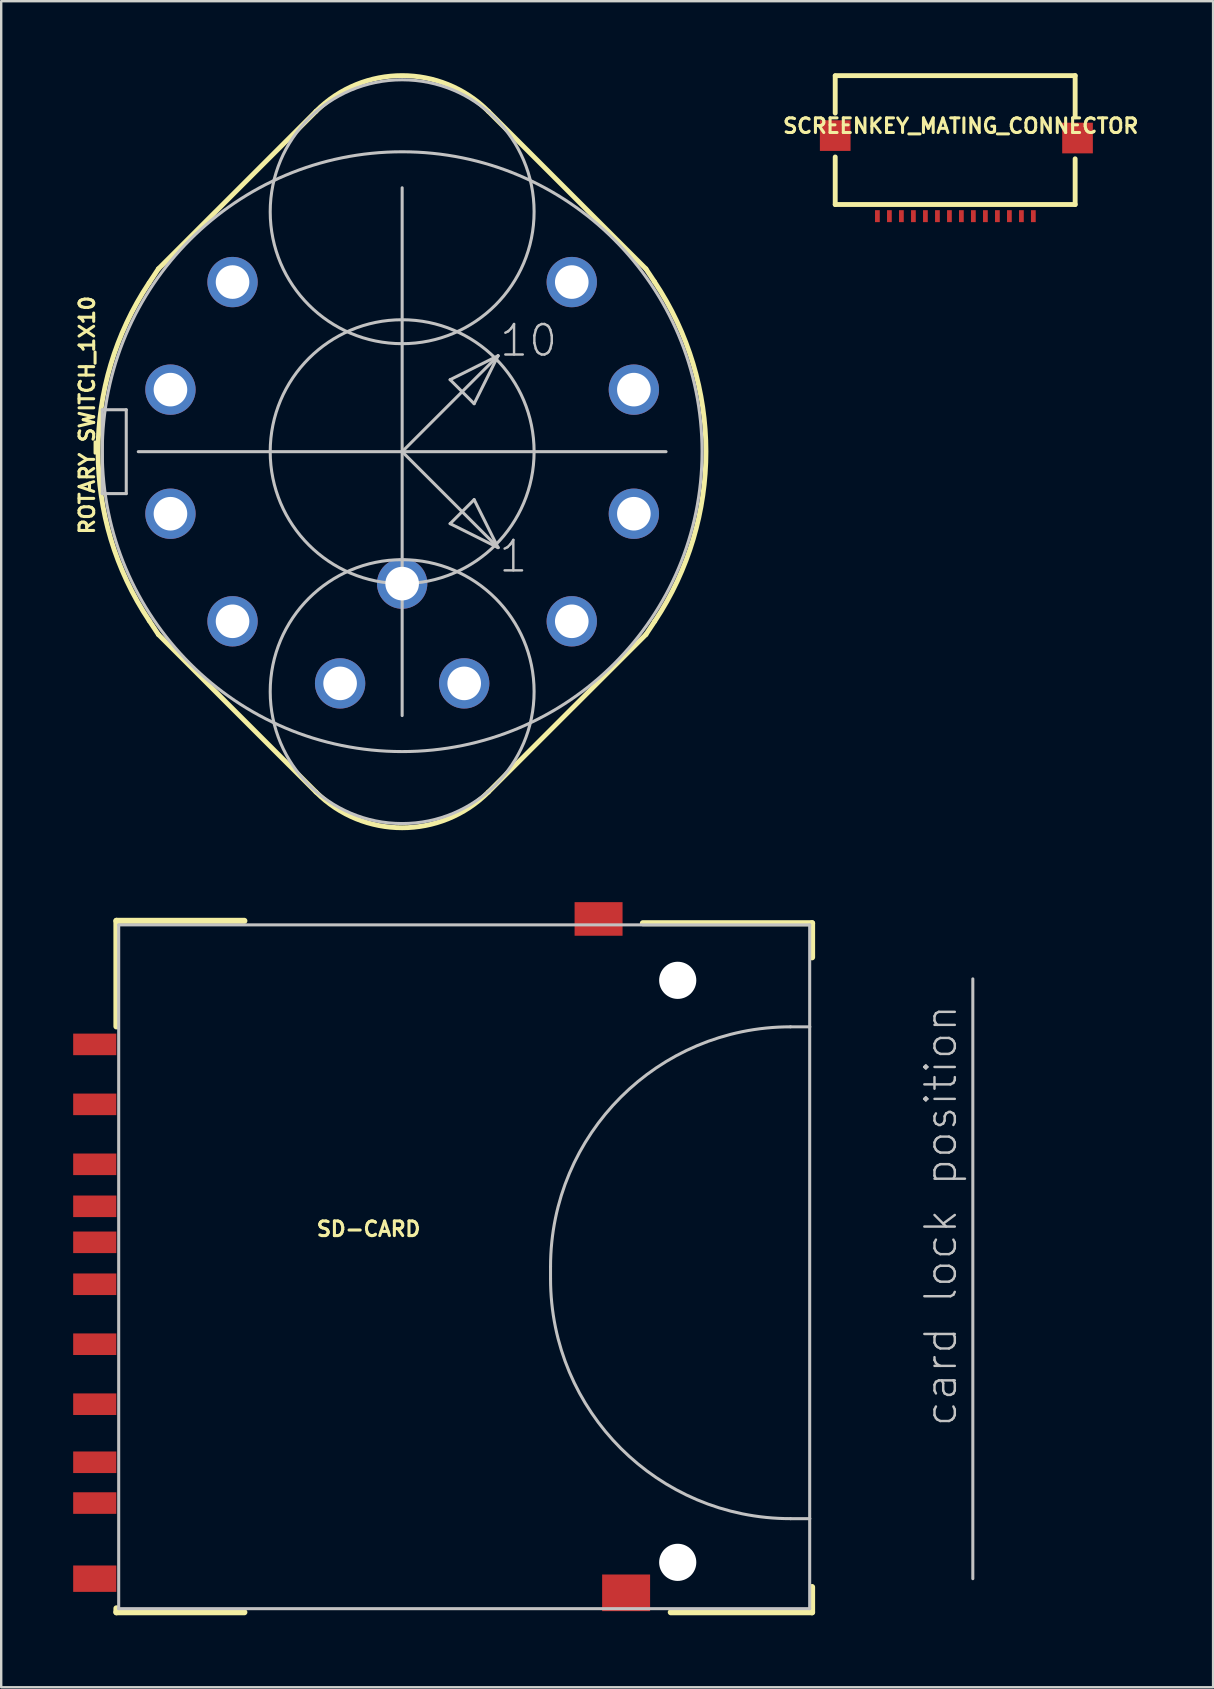
<source format=kicad_pcb>
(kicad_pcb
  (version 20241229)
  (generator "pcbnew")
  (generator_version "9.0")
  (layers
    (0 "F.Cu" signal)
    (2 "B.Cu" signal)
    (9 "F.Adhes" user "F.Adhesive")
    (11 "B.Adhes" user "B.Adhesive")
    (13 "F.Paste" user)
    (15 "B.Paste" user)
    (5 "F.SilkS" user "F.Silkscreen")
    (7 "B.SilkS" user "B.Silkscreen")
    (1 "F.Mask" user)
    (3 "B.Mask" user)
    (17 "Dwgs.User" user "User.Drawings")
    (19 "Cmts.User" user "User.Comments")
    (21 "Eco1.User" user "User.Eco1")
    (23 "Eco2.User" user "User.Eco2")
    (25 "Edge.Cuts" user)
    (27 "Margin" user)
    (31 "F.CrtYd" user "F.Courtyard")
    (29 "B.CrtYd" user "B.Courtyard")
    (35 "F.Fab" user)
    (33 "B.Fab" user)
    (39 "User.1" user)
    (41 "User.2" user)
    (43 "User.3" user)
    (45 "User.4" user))
  (footprint "SCREENKEY_MATING_CONNECTOR"
    (layer "F.Cu")
    (at 31.76 5.601)
    (property "Reference" "SCREENKEY_MATING_CONNECTOR" (at 5.232 -3.404 0) (layer "F.SilkS") (effects (font (size 0.61 0.61) (thickness 0.127))))
    (attr smd)
    (fp_line (start 0 -5.486) (end 0 -3.937) (stroke (width 0.203) (type solid)) (layer "F.SilkS"))
    (fp_line (start 0 -2.108) (end 0 -0.127) (stroke (width 0.203) (type solid)) (layer "F.SilkS"))
    (fp_line (start 0 -0.127) (end 10 -0.127) (stroke (width 0.203) (type solid)) (layer "F.SilkS"))
    (fp_line (start 10 -5.499) (end 0 -5.499) (stroke (width 0.203) (type solid)) (layer "F.SilkS"))
    (fp_line (start 10 -3.785) (end 10 -5.499) (stroke (width 0.203) (type solid)) (layer "F.SilkS"))
    (fp_line (start 10 -0.127) (end 10 -2.032) (stroke (width 0.203) (type solid)) (layer "F.SilkS"))
    (pad "1" smd rect (at 1.758 0.358 180) (size 0.198 0.498) (layers "F.Cu" "F.Mask" "F.Paste"))
    (pad "2" smd rect (at 2.258 0.358 180) (size 0.198 0.498) (layers "F.Cu" "F.Mask" "F.Paste"))
    (pad "3" smd rect (at 2.758 0.358 180) (size 0.198 0.498) (layers "F.Cu" "F.Mask" "F.Paste"))
    (pad "4" smd rect (at 3.259 0.358 180) (size 0.198 0.498) (layers "F.Cu" "F.Mask" "F.Paste"))
    (pad "5" smd rect (at 3.759 0.358 180) (size 0.198 0.498) (layers "F.Cu" "F.Mask" "F.Paste"))
    (pad "6" smd rect (at 4.26 0.358 180) (size 0.198 0.498) (layers "F.Cu" "F.Mask" "F.Paste"))
    (pad "7" smd rect (at 4.76 0.358 180) (size 0.198 0.498) (layers "F.Cu" "F.Mask" "F.Paste"))
    (pad "8" smd rect (at 5.258 0.358 180) (size 0.198 0.498) (layers "F.Cu" "F.Mask" "F.Paste"))
    (pad "9" smd rect (at 5.758 0.358 180) (size 0.198 0.498) (layers "F.Cu" "F.Mask" "F.Paste"))
    (pad "10" smd rect (at 6.259 0.358 180) (size 0.198 0.498) (layers "F.Cu" "F.Mask" "F.Paste"))
    (pad "11" smd rect (at 6.759 0.358 180) (size 0.198 0.498) (layers "F.Cu" "F.Mask" "F.Paste"))
    (pad "12" smd rect (at 7.259 0.358 180) (size 0.198 0.498) (layers "F.Cu" "F.Mask" "F.Paste"))
    (pad "13" smd rect (at 7.76 0.358 180) (size 0.198 0.498) (layers "F.Cu" "F.Mask" "F.Paste"))
    (pad "14" smd rect (at 8.258 0.358 180) (size 0.198 0.498) (layers "F.Cu" "F.Mask" "F.Paste"))
    (pad "P$15" smd rect (at 0 -3) (size 1.278 1.278) (layers "F.Cu" "F.Mask" "F.Paste"))
    (pad "P$16" smd rect (at 10.099 -2.898) (size 1.278 1.278) (layers "F.Cu" "F.Mask" "F.Paste")))
  (footprint "ROTARY_SWITCH_1X10"
    (layer "F.Cu")
    (at 13.711 15.775)
    (property "Reference" "ROTARY_SWITCH_1X10" (at -13.132 -1.524 90) (layer "F.SilkS") (effects (font (size 0.61 0.61) (thickness 0.127))))
    (attr exclude_from_pos_files exclude_from_bom)
    (fp_line (start -10.541 7.043) (end -10.16 7.62) (stroke (width 0.203) (type solid)) (layer "F.SilkS"))
    (fp_line (start -10.16 -7.62) (end -10.541 -7.043) (stroke (width 0.203) (type solid)) (layer "F.SilkS"))
    (fp_line (start -10.16 -7.62) (end -3.592 -14.186) (stroke (width 0.203) (type solid)) (layer "F.SilkS"))
    (fp_line (start -3.592 14.186) (end -10.16 7.62) (stroke (width 0.203) (type solid)) (layer "F.SilkS"))
    (fp_line (start 3.592 -14.186) (end 10.16 -7.62) (stroke (width 0.203) (type solid)) (layer "F.SilkS"))
    (fp_line (start 10.16 -7.62) (end 10.518 -7.079) (stroke (width 0.203) (type solid)) (layer "F.SilkS"))
    (fp_line (start 10.16 7.62) (end 3.592 14.186) (stroke (width 0.203) (type solid)) (layer "F.SilkS"))
    (fp_line (start 10.518 7.079) (end 10.16 7.62) (stroke (width 0.203) (type solid)) (layer "F.SilkS"))
    (fp_arc (start -10.541 7.04342) (mid -12.673786 0.009583) (end -10.551621 -7.027465) (stroke (width 0.2032) (type solid)) (layer "F.SilkS"))
    (fp_arc (start -3.59156 -14.1859) (mid 0 -15.673573) (end 3.59156 -14.1859) (stroke (width 0.2032) (type solid)) (layer "F.SilkS"))
    (fp_arc (start 3.59156 14.1859) (mid 0 15.673573) (end -3.59156 14.1859) (stroke (width 0.2032) (type solid)) (layer "F.SilkS"))
    (fp_arc (start 10.51814 -7.07898) (mid 12.661692 -0.009628) (end 10.52881 7.06295) (stroke (width 0.2032) (type solid)) (layer "F.SilkS"))
    (fp_line (start -12.499 -1.748) (end -11.499 -1.748) (stroke (width 0.127) (type solid)) (layer "Dwgs.User"))
    (fp_line (start -12.499 1.748) (end -12.499 -1.748) (stroke (width 0.127) (type solid)) (layer "Dwgs.User"))
    (fp_line (start -11.499 -1.748) (end -11.499 1.748) (stroke (width 0.127) (type solid)) (layer "Dwgs.User"))
    (fp_line (start -11.499 1.748) (end -12.499 1.748) (stroke (width 0.127) (type solid)) (layer "Dwgs.User"))
    (fp_line (start -10.998 0) (end 0 0) (stroke (width 0.127) (type solid)) (layer "Dwgs.User"))
    (fp_line (start 0 -10.998) (end 0 0) (stroke (width 0.127) (type solid)) (layer "Dwgs.User"))
    (fp_line (start 0 0) (end 0 10.998) (stroke (width 0.127) (type solid)) (layer "Dwgs.User"))
    (fp_line (start 0 0) (end 3.998 -3.998) (stroke (width 0.127) (type solid)) (layer "Dwgs.User"))
    (fp_line (start 0 0) (end 3.998 3.998) (stroke (width 0.127) (type solid)) (layer "Dwgs.User"))
    (fp_line (start 0 0) (end 10.998 0) (stroke (width 0.127) (type solid)) (layer "Dwgs.User"))
    (fp_line (start 1.999 -3) (end 3 -1.999) (stroke (width 0.127) (type solid)) (layer "Dwgs.User"))
    (fp_line (start 1.999 3) (end 3.998 3.998) (stroke (width 0.127) (type solid)) (layer "Dwgs.User"))
    (fp_line (start 3 -1.999) (end 3.998 -3.998) (stroke (width 0.127) (type solid)) (layer "Dwgs.User"))
    (fp_line (start 3 1.999) (end 1.999 3) (stroke (width 0.127) (type solid)) (layer "Dwgs.User"))
    (fp_line (start 3.998 -3.998) (end 1.999 -3) (stroke (width 0.127) (type solid)) (layer "Dwgs.User"))
    (fp_line (start 3.998 3.998) (end 3 1.999) (stroke (width 0.127) (type solid)) (layer "Dwgs.User"))
    (fp_circle (center 0 -10) (end 0 -15.499) (stroke (width 0.127) (type solid)) (fill no) (layer "Dwgs.User"))
    (fp_circle (center 0 0) (end 0 -12.499) (stroke (width 0.127) (type solid)) (fill no) (layer "Dwgs.User"))
    (fp_circle (center 0 0) (end 0 -5.499) (stroke (width 0.127) (type solid)) (fill no) (layer "Dwgs.User"))
    (fp_circle (center 0 10) (end 0 4.501) (stroke (width 0.127) (type solid)) (fill no) (layer "Dwgs.User"))
    (fp_text user "10" (at 5.268 -4.633 0) (layer "Dwgs.User") (effects (font (size 1.27 1.27) (thickness 0.102))))
    (fp_text user "1" (at 4.633 4.364 0) (layer "Dwgs.User") (effects (font (size 1.27 1.27) (thickness 0.102))))
    (pad "1" thru_hole circle (at 7.069 -7.069) (size 2.098 2.098) (drill 1.4) (layers "*.Cu" "*.Paste" "*.Mask"))
    (pad "2" thru_hole circle (at 9.657 -2.586) (size 2.098 2.098) (drill 1.4) (layers "*.Cu" "*.Paste" "*.Mask"))
    (pad "3" thru_hole circle (at 9.657 2.586) (size 2.098 2.098) (drill 1.4) (layers "*.Cu" "*.Paste" "*.Mask"))
    (pad "4" thru_hole circle (at 7.069 7.069) (size 2.098 2.098) (drill 1.4) (layers "*.Cu" "*.Paste" "*.Mask"))
    (pad "5" thru_hole circle (at 2.586 9.657) (size 2.098 2.098) (drill 1.4) (layers "*.Cu" "*.Paste" "*.Mask"))
    (pad "6" thru_hole circle (at -2.586 9.657) (size 2.098 2.098) (drill 1.4) (layers "*.Cu" "*.Paste" "*.Mask"))
    (pad "7" thru_hole circle (at -7.069 7.069) (size 2.098 2.098) (drill 1.4) (layers "*.Cu" "*.Paste" "*.Mask"))
    (pad "8" thru_hole circle (at -9.657 2.586) (size 2.098 2.098) (drill 1.4) (layers "*.Cu" "*.Paste" "*.Mask"))
    (pad "9" thru_hole circle (at -9.657 -2.586) (size 2.098 2.098) (drill 1.4) (layers "*.Cu" "*.Paste" "*.Mask"))
    (pad "10" thru_hole circle (at -7.069 -7.069) (size 2.098 2.098) (drill 1.4) (layers "*.Cu" "*.Paste" "*.Mask"))
    (pad "COMM" thru_hole circle (at 0 5.499) (size 2.098 2.098) (drill 1.4) (layers "*.Cu" "*.Paste" "*.Mask")))
  (footprint "SD-CARD"
    (layer "F.Cu")
    (at 1.897 49.746)
    (property "Reference" "SD-CARD" (at 10.414 -1.575 0) (layer "F.SilkS") (effects (font (size 0.61 0.61) (thickness 0.127))))
    (attr smd)
    (fp_line (start -0.094 -14.417) (end 5.237 -14.417) (stroke (width 0.254) (type solid)) (layer "F.SilkS"))
    (fp_line (start -0.094 -10.018) (end -0.094 -14.417) (stroke (width 0.254) (type solid)) (layer "F.SilkS"))
    (fp_line (start -0.094 14.237) (end -0.094 14.399) (stroke (width 0.254) (type solid)) (layer "F.SilkS"))
    (fp_line (start -0.094 14.399) (end 5.237 14.399) (stroke (width 0.254) (type solid)) (layer "F.SilkS"))
    (fp_line (start 21.847 -14.318) (end 28.898 -14.318) (stroke (width 0.254) (type solid)) (layer "F.SilkS"))
    (fp_line (start 23.01 14.399) (end 28.898 14.399) (stroke (width 0.254) (type solid)) (layer "F.SilkS"))
    (fp_line (start 28.898 -14.318) (end 28.898 -12.898) (stroke (width 0.254) (type solid)) (layer "F.SilkS"))
    (fp_line (start 28.898 14.399) (end 28.898 13.348) (stroke (width 0.254) (type solid)) (layer "F.SilkS"))
    (fp_line (start 0 -14.249) (end 28.799 -14.249) (stroke (width 0.127) (type solid)) (layer "Dwgs.User"))
    (fp_line (start 0 14.249) (end 0 -14.249) (stroke (width 0.127) (type solid)) (layer "Dwgs.User"))
    (fp_line (start 17.998 0) (end 17.998 0.498) (stroke (width 0.127) (type solid)) (layer "Dwgs.User"))
    (fp_line (start 27.998 10.498) (end 28.799 10.498) (stroke (width 0.127) (type solid)) (layer "Dwgs.User"))
    (fp_line (start 28.799 -14.249) (end 28.799 -10) (stroke (width 0.127) (type solid)) (layer "Dwgs.User"))
    (fp_line (start 28.799 -10) (end 27.998 -10) (stroke (width 0.127) (type solid)) (layer "Dwgs.User"))
    (fp_line (start 28.799 -10) (end 28.799 10.498) (stroke (width 0.127) (type solid)) (layer "Dwgs.User"))
    (fp_line (start 28.799 10.498) (end 28.799 14.249) (stroke (width 0.127) (type solid)) (layer "Dwgs.User"))
    (fp_line (start 28.799 14.249) (end 0 14.249) (stroke (width 0.127) (type solid)) (layer "Dwgs.User"))
    (fp_line (start 35.598 -11.999) (end 35.598 13) (stroke (width 0.127) (type solid)) (layer "Dwgs.User"))
    (fp_arc (start 17.99844 0) (mid 20.927366 -7.071054) (end 27.99842 -9.99998) (stroke (width 0.127) (type solid)) (layer "Dwgs.User"))
    (fp_arc (start 27.99842 10.49782) (mid 20.927366 7.568894) (end 17.99844 0.49784) (stroke (width 0.127) (type solid)) (layer "Dwgs.User"))
    (fp_text user "card lock position" (at 34.265 -2.129 90) (layer "Dwgs.User") (effects (font (size 1.27 1.27) (thickness 0.102))))
    (pad "" np_thru_hole circle (at 23.299 -11.938) (size 1.549 1.549) (drill 1.549) (layers "*.Cu" "*.Mask"))
    (pad "" np_thru_hole circle (at 23.299 12.319) (size 1.549 1.549) (drill 1.549) (layers "*.Cu" "*.Mask"))
    (pad "1" smd rect (at -0.998 -6.769) (size 1.798 0.899) (layers "F.Cu" "F.Mask" "F.Paste"))
    (pad "2" smd rect (at -0.998 -4.27) (size 1.798 0.899) (layers "F.Cu" "F.Mask" "F.Paste"))
    (pad "3" smd rect (at -0.998 -2.52) (size 1.798 0.899) (layers "F.Cu" "F.Mask" "F.Paste"))
    (pad "4" smd rect (at -0.998 0.729) (size 1.798 0.899) (layers "F.Cu" "F.Mask" "F.Paste"))
    (pad "5" smd rect (at -0.998 3.228) (size 1.798 0.899) (layers "F.Cu" "F.Mask" "F.Paste"))
    (pad "6" smd rect (at -0.998 5.728) (size 1.798 0.899) (layers "F.Cu" "F.Mask" "F.Paste"))
    (pad "7" smd rect (at -0.998 8.148) (size 1.798 0.899) (layers "F.Cu" "F.Mask" "F.Paste"))
    (pad "8" smd rect (at -0.998 9.848) (size 1.798 0.899) (layers "F.Cu" "F.Mask" "F.Paste"))
    (pad "9" smd rect (at -0.998 -9.268) (size 1.798 0.899) (layers "F.Cu" "F.Mask" "F.Paste"))
    (pad "CD" smd rect (at -0.998 -1.019) (size 1.798 0.899) (layers "F.Cu" "F.Mask" "F.Paste"))
    (pad "SH@1" smd rect (at 20 -14.496) (size 1.999 1.4) (layers "F.Cu" "F.Mask" "F.Paste"))
    (pad "SH@2" smd rect (at 21.148 13.589) (size 1.999 1.527) (layers "F.Cu" "F.Mask" "F.Paste"))
    (pad "WP" smd rect (at -0.998 13) (size 1.798 1.1) (layers "F.Cu" "F.Mask" "F.Paste")))
  (gr_rect
    (start -3 -3)
    (end 47.509 67.272)
    (stroke (width 0.1) (type default))
    (fill no)
    (layer "Edge.Cuts")))
</source>
